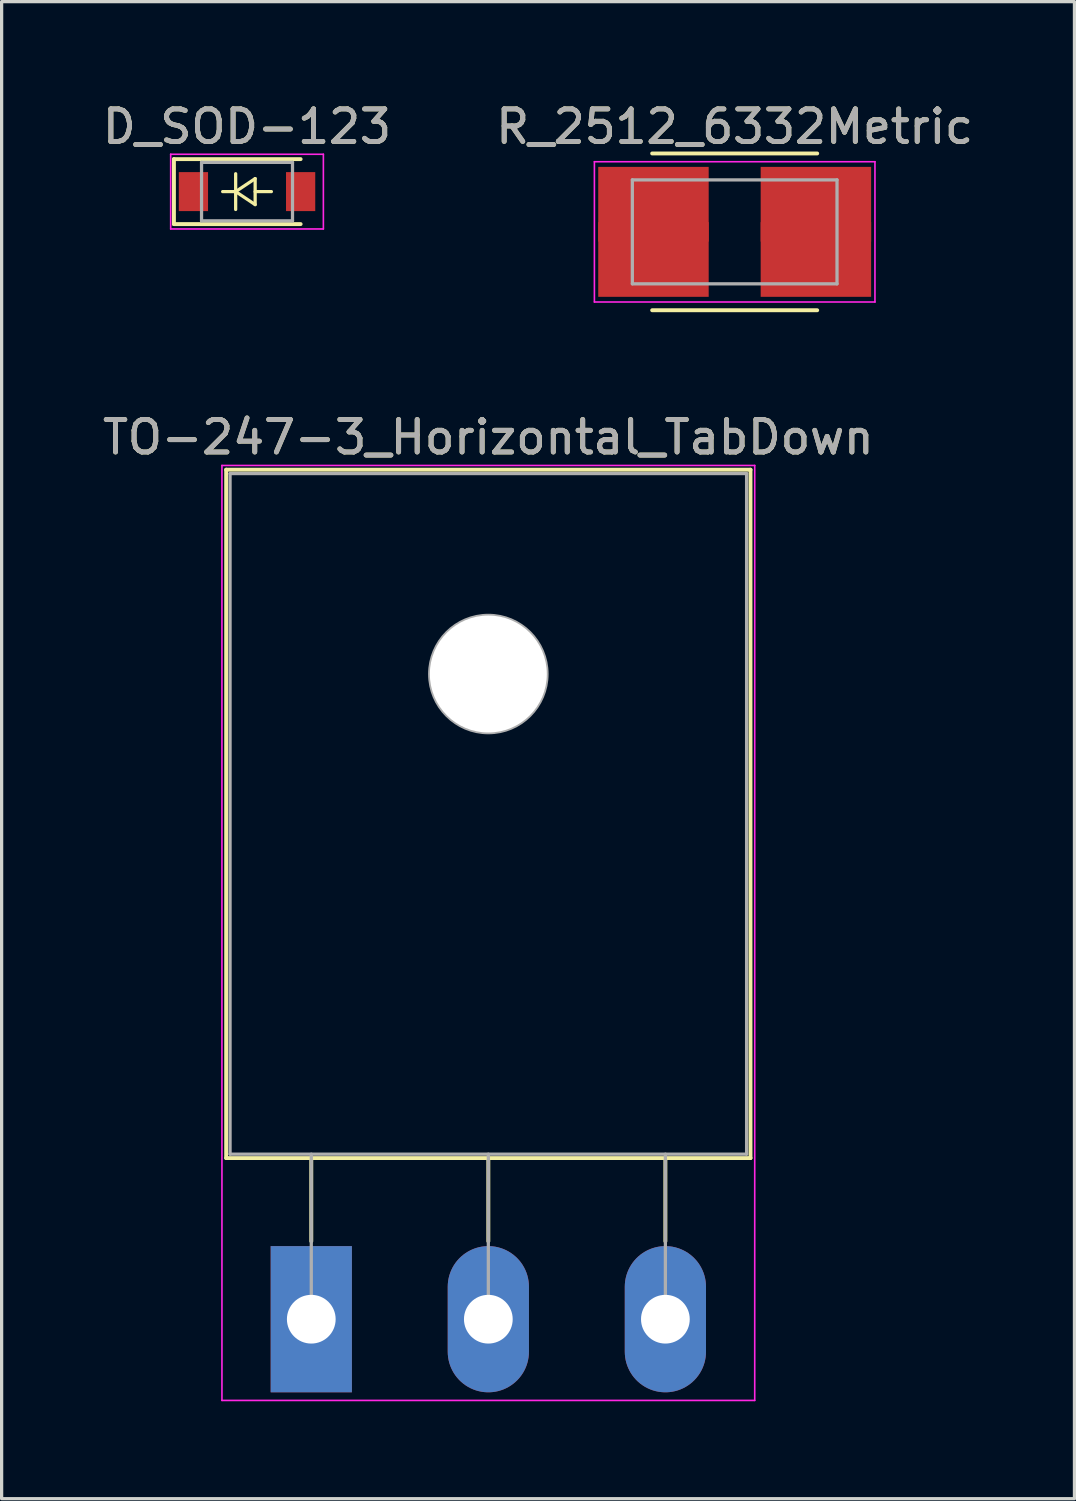
<source format=kicad_pcb>
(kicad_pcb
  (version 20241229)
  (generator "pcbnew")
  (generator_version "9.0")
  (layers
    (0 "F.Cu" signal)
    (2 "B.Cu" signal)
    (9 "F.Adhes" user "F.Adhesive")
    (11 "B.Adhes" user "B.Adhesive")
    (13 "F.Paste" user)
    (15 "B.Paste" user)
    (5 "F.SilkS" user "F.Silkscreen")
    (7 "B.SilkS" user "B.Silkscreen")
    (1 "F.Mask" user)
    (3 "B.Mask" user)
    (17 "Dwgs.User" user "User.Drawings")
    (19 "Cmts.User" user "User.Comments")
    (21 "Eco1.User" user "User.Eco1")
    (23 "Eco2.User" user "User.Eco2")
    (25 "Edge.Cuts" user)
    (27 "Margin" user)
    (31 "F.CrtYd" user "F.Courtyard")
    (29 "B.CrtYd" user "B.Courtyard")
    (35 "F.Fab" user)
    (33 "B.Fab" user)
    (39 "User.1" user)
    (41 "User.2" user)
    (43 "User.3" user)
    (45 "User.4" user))
  (footprint "D_SOD-123"
    (layer "F.Cu")
    (at 4.554 2.848)
    (property "Reference" "D_SOD-123" (at 0 -2 0) (layer "F.SilkS") (effects (font (size 1 1) (thickness 0.15))))
    (attr smd)
    (fp_line (start -2.25 -1) (end -2.25 1) (stroke (width 0.12) (type solid)) (layer "F.SilkS"))
    (fp_line (start -2.25 -1) (end 1.65 -1) (stroke (width 0.12) (type solid)) (layer "F.SilkS"))
    (fp_line (start -2.25 1) (end 1.65 1) (stroke (width 0.12) (type solid)) (layer "F.SilkS"))
    (fp_line (start -0.75 0) (end -0.35 0) (stroke (width 0.1) (type solid)) (layer "F.SilkS"))
    (fp_line (start -0.35 0) (end -0.35 -0.55) (stroke (width 0.1) (type solid)) (layer "F.SilkS"))
    (fp_line (start -0.35 0) (end -0.35 0.55) (stroke (width 0.1) (type solid)) (layer "F.SilkS"))
    (fp_line (start -0.35 0) (end 0.25 -0.4) (stroke (width 0.1) (type solid)) (layer "F.SilkS"))
    (fp_line (start 0.25 -0.4) (end 0.25 0.4) (stroke (width 0.1) (type solid)) (layer "F.SilkS"))
    (fp_line (start 0.25 0) (end 0.75 0) (stroke (width 0.1) (type solid)) (layer "F.SilkS"))
    (fp_line (start 0.25 0.4) (end -0.35 0) (stroke (width 0.1) (type solid)) (layer "F.SilkS"))
    (fp_line (start -2.35 -1.15) (end -2.35 1.15) (stroke (width 0.05) (type solid)) (layer "F.CrtYd"))
    (fp_line (start -2.35 -1.15) (end 2.35 -1.15) (stroke (width 0.05) (type solid)) (layer "F.CrtYd"))
    (fp_line (start 2.35 -1.15) (end 2.35 1.15) (stroke (width 0.05) (type solid)) (layer "F.CrtYd"))
    (fp_line (start 2.35 1.15) (end -2.35 1.15) (stroke (width 0.05) (type solid)) (layer "F.CrtYd"))
    (fp_line (start -1.4 -0.9) (end 1.4 -0.9) (stroke (width 0.1) (type solid)) (layer "F.Fab"))
    (fp_line (start -1.4 0.9) (end -1.4 -0.9) (stroke (width 0.1) (type solid)) (layer "F.Fab"))
    (fp_line (start 1.4 -0.9) (end 1.4 0.9) (stroke (width 0.1) (type solid)) (layer "F.Fab"))
    (fp_line (start 1.4 0.9) (end -1.4 0.9) (stroke (width 0.1) (type solid)) (layer "F.Fab"))
    (fp_text user "${REFERENCE}" (at 0 -2 0) (layer "F.Fab") (effects (font (size 1 1) (thickness 0.15))))
    (pad "1" smd rect (at -1.65 0) (size 0.9 1.2) (layers "F.Cu" "F.Mask" "F.Paste"))
    (pad "2" smd rect (at 1.65 0) (size 0.9 1.2) (layers "F.Cu" "F.Mask" "F.Paste")))
  (footprint "R_2512_6332Metric"
    (layer "F.Cu")
    (at 19.565 4.087)
    (property "Reference" "R_2512_6332Metric" (at 0 -3.239 0) (layer "F.SilkS") (effects (font (size 1 1) (thickness 0.15))))
    (attr smd)
    (fp_poly (pts (xy -0.787 -0.813) (xy -4.191 -0.813) (xy -4.191 -2.007) (xy -0.787 -2.007)) (stroke (width 0.1) (type solid)) (fill yes) (layer "F.Mask"))
    (fp_poly (pts (xy -0.787 1.981) (xy -4.191 1.981) (xy -4.191 0.813) (xy -0.787 0.813)) (stroke (width 0.1) (type solid)) (fill yes) (layer "F.Mask"))
    (fp_poly (pts (xy 4.191 -0.813) (xy 0.787 -0.813) (xy 0.787 -2.007) (xy 4.191 -2.007)) (stroke (width 0.1) (type solid)) (fill yes) (layer "F.Mask"))
    (fp_poly (pts (xy 4.191 2.007) (xy 0.787 2.007) (xy 0.787 0.813) (xy 4.191 0.813)) (stroke (width 0.1) (type solid)) (fill yes) (layer "F.Mask"))
    (fp_line (start -2.54 -2.413) (end 2.54 -2.413) (stroke (width 0.12) (type solid)) (layer "F.SilkS"))
    (fp_line (start -2.54 2.413) (end 2.54 2.413) (stroke (width 0.12) (type solid)) (layer "F.SilkS"))
    (fp_poly (pts (xy -0.787 -0.813) (xy -4.191 -0.813) (xy -4.191 -2.007) (xy -0.787 -2.007)) (stroke (width 0.1) (type solid)) (fill yes) (layer "F.Paste"))
    (fp_poly (pts (xy -0.787 1.981) (xy -4.191 1.981) (xy -4.191 0.813) (xy -0.787 0.813)) (stroke (width 0.1) (type solid)) (fill yes) (layer "F.Paste"))
    (fp_poly (pts (xy 4.191 -0.813) (xy 0.787 -0.813) (xy 0.787 -2.007) (xy 4.191 -2.007)) (stroke (width 0.1) (type solid)) (fill yes) (layer "F.Paste"))
    (fp_poly (pts (xy 4.191 2.007) (xy 0.787 2.007) (xy 0.787 0.813) (xy 4.191 0.813)) (stroke (width 0.1) (type solid)) (fill yes) (layer "F.Paste"))
    (fp_line (start -4.318 -2.159) (end 4.318 -2.159) (stroke (width 0.05) (type solid)) (layer "F.CrtYd"))
    (fp_line (start -4.318 2.159) (end -4.318 -2.159) (stroke (width 0.05) (type solid)) (layer "F.CrtYd"))
    (fp_line (start 4.318 -2.159) (end 4.318 2.159) (stroke (width 0.05) (type solid)) (layer "F.CrtYd"))
    (fp_line (start 4.318 2.159) (end -4.318 2.159) (stroke (width 0.05) (type solid)) (layer "F.CrtYd"))
    (fp_line (start -3.15 -1.6) (end 3.15 -1.6) (stroke (width 0.1) (type solid)) (layer "F.Fab"))
    (fp_line (start -3.15 1.6) (end -3.15 -1.6) (stroke (width 0.1) (type solid)) (layer "F.Fab"))
    (fp_line (start 3.15 -1.6) (end 3.15 1.6) (stroke (width 0.1) (type solid)) (layer "F.Fab"))
    (fp_line (start 3.15 1.6) (end -3.15 1.6) (stroke (width 0.1) (type solid)) (layer "F.Fab"))
    (fp_text user "${REFERENCE}" (at 0 -3.239 0) (layer "F.Fab") (effects (font (size 1 1) (thickness 0.15))))
    (pad "1" smd rect (at -2.5 0) (size 3.4 4) (layers "F.Cu"))
    (pad "2" smd rect (at -2.5 0) (size 3.4 0.6) (layers "F.Cu" "F.Mask" "F.Paste"))
    (pad "3" smd rect (at 2.5 0) (size 3.4 0.6) (layers "F.Cu" "F.Mask" "F.Paste"))
    (pad "4" smd rect (at 2.5 0) (size 3.4 4) (layers "F.Cu")))
  (footprint "TO-247-3_Horizontal_TabDown"
    (layer "F.Cu")
    (at 6.532 37.558)
    (property "Reference" "TO-247-3_Horizontal_TabDown" (at 5.45 -27.15 0) (layer "F.SilkS") (effects (font (size 1 1) (thickness 0.15))))
    (attr through_hole)
    (fp_line (start -2.62 -26.15) (end -2.62 -4.96) (stroke (width 0.12) (type solid)) (layer "F.SilkS"))
    (fp_line (start -2.62 -26.15) (end 13.52 -26.15) (stroke (width 0.12) (type solid)) (layer "F.SilkS"))
    (fp_line (start -2.62 -4.96) (end 13.52 -4.96) (stroke (width 0.12) (type solid)) (layer "F.SilkS"))
    (fp_line (start 0 -4.96) (end 0 -2.4) (stroke (width 0.12) (type solid)) (layer "F.SilkS"))
    (fp_line (start 5.45 -4.96) (end 5.45 -2.4) (stroke (width 0.12) (type solid)) (layer "F.SilkS"))
    (fp_line (start 10.9 -4.96) (end 10.9 -2.4) (stroke (width 0.12) (type solid)) (layer "F.SilkS"))
    (fp_line (start 13.52 -26.15) (end 13.52 -4.96) (stroke (width 0.12) (type solid)) (layer "F.SilkS"))
    (fp_line (start -2.75 -26.28) (end -2.75 2.5) (stroke (width 0.05) (type solid)) (layer "F.CrtYd"))
    (fp_line (start -2.75 2.5) (end 13.65 2.5) (stroke (width 0.05) (type solid)) (layer "F.CrtYd"))
    (fp_line (start 13.65 -26.28) (end -2.75 -26.28) (stroke (width 0.05) (type solid)) (layer "F.CrtYd"))
    (fp_line (start 13.65 2.5) (end 13.65 -26.28) (stroke (width 0.05) (type solid)) (layer "F.CrtYd"))
    (fp_line (start -2.5 -26.03) (end 13.4 -26.03) (stroke (width 0.1) (type solid)) (layer "F.Fab"))
    (fp_line (start -2.5 -5.08) (end -2.5 -26.03) (stroke (width 0.1) (type solid)) (layer "F.Fab"))
    (fp_line (start 0 -5.08) (end 0 0) (stroke (width 0.1) (type solid)) (layer "F.Fab"))
    (fp_line (start 5.45 -5.08) (end 5.45 0) (stroke (width 0.1) (type solid)) (layer "F.Fab"))
    (fp_line (start 10.9 -5.08) (end 10.9 0) (stroke (width 0.1) (type solid)) (layer "F.Fab"))
    (fp_line (start 13.4 -26.03) (end 13.4 -5.08) (stroke (width 0.1) (type solid)) (layer "F.Fab"))
    (fp_line (start 13.4 -5.08) (end -2.5 -5.08) (stroke (width 0.1) (type solid)) (layer "F.Fab"))
    (fp_circle (center 5.45 -19.86) (end 7.255 -19.86) (stroke (width 0.1) (type solid)) (fill no) (layer "F.Fab"))
    (fp_text user "${REFERENCE}" (at 5.45 -27.15 0) (layer "F.Fab") (effects (font (size 1 1) (thickness 0.15))))
    (pad "" np_thru_hole oval (at 5.45 -19.86) (size 3.6 3.6) (drill 3.6) (layers "*.Cu" "*.Mask"))
    (pad "1" thru_hole rect (at 0 0) (size 2.5 4.5) (drill 1.5) (layers "*.Cu" "*.Mask"))
    (pad "2" thru_hole oval (at 5.45 0) (size 2.5 4.5) (drill 1.5) (layers "*.Cu" "*.Mask"))
    (pad "3" thru_hole oval (at 10.9 0) (size 2.5 4.5) (drill 1.5) (layers "*.Cu" "*.Mask")))
  (gr_rect
    (start -3 -3)
    (end 30.024 43.083)
    (stroke (width 0.1) (type default))
    (fill no)
    (layer "Edge.Cuts")))
</source>
